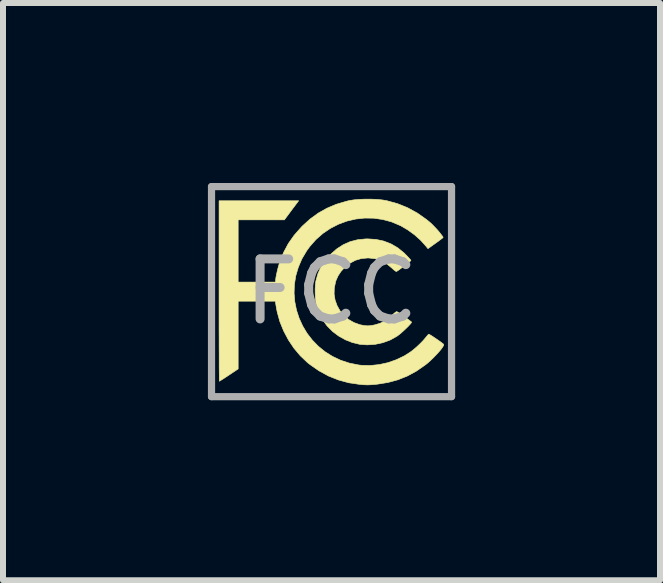
<source format=kicad_pcb>
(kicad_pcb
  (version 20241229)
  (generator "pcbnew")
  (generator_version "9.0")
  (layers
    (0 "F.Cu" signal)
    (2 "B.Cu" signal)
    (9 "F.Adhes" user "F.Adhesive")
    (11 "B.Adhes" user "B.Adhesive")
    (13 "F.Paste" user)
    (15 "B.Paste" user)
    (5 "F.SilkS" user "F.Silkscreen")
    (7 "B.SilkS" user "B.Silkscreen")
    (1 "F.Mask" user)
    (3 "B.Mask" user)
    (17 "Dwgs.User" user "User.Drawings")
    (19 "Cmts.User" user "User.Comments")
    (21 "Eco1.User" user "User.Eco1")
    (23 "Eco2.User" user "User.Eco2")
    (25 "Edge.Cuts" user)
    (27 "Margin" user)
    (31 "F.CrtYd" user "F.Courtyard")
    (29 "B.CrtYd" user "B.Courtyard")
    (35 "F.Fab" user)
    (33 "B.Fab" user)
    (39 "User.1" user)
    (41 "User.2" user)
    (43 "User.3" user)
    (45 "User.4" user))
  (footprint "FCC"
    (layer "F.Cu")
    (at 2.475 1.81)
    (property "Reference" "FCC" (at 0 0 0) (layer "Eco2.User") (effects (font (size 1.524 1.524) (thickness 0.3))))
    (attr through_hole)
    (fp_poly (pts (xy 0.741 -0.87) (xy 0.871 -0.842) (xy 0.992 -0.795) (xy 1.105 -0.729) (xy 1.21 -0.643) (xy 1.236 -0.617) (xy 1.27 -0.582) (xy 1.298 -0.552) (xy 1.317 -0.53) (xy 1.323 -0.52) (xy 1.316 -0.511) (xy 1.294 -0.493) (xy 1.263 -0.468) (xy 1.225 -0.439) (xy 1.186 -0.408) (xy 1.147 -0.38) (xy 1.113 -0.355) (xy 1.087 -0.338) (xy 1.084 -0.336) (xy 1.071 -0.339) (xy 1.047 -0.356) (xy 1.016 -0.383) (xy 1.004 -0.394) (xy 0.918 -0.466) (xy 0.825 -0.517) (xy 0.725 -0.549) (xy 0.617 -0.561) (xy 0.602 -0.561) (xy 0.496 -0.551) (xy 0.397 -0.522) (xy 0.304 -0.472) (xy 0.22 -0.404) (xy 0.157 -0.336) (xy 0.11 -0.265) (xy 0.074 -0.184) (xy 0.068 -0.164) (xy 0.046 -0.061) (xy 0.043 0.041) (xy 0.059 0.14) (xy 0.093 0.234) (xy 0.142 0.321) (xy 0.206 0.398) (xy 0.283 0.464) (xy 0.372 0.515) (xy 0.471 0.551) (xy 0.495 0.556) (xy 0.554 0.567) (xy 0.603 0.57) (xy 0.652 0.567) (xy 0.711 0.556) (xy 0.714 0.556) (xy 0.808 0.528) (xy 0.891 0.488) (xy 0.969 0.43) (xy 0.998 0.403) (xy 1.031 0.372) (xy 1.06 0.348) (xy 1.08 0.335) (xy 1.087 0.333) (xy 1.103 0.341) (xy 1.13 0.359) (xy 1.165 0.383) (xy 1.205 0.411) (xy 1.245 0.44) (xy 1.282 0.466) (xy 1.311 0.489) (xy 1.33 0.504) (xy 1.334 0.509) (xy 1.327 0.523) (xy 1.306 0.548) (xy 1.276 0.58) (xy 1.239 0.616) (xy 1.199 0.654) (xy 1.16 0.689) (xy 1.123 0.719) (xy 1.095 0.74) (xy 0.982 0.804) (xy 0.858 0.85) (xy 0.729 0.878) (xy 0.595 0.887) (xy 0.471 0.878) (xy 0.352 0.85) (xy 0.234 0.804) (xy 0.122 0.742) (xy 0.02 0.666) (xy -0.068 0.578) (xy -0.084 0.558) (xy -0.124 0.502) (xy -0.165 0.433) (xy -0.202 0.36) (xy -0.232 0.289) (xy -0.249 0.238) (xy -0.26 0.184) (xy -0.268 0.115) (xy -0.272 0.039) (xy -0.273 -0.038) (xy -0.27 -0.109) (xy -0.263 -0.167) (xy -0.261 -0.176) (xy -0.227 -0.299) (xy -0.177 -0.411) (xy -0.109 -0.515) (xy -0.023 -0.614) (xy -0.017 -0.62) (xy 0.086 -0.711) (xy 0.194 -0.781) (xy 0.308 -0.832) (xy 0.431 -0.864) (xy 0.564 -0.878) (xy 0.601 -0.879) (xy 0.741 -0.87)) (stroke (width 0.01) (type solid)) (fill yes) (layer "F.SilkS"))
    (fp_poly (pts (xy 0.658 -1.541) (xy 0.756 -1.537) (xy 0.846 -1.528) (xy 0.918 -1.516) (xy 1.097 -1.467) (xy 1.266 -1.399) (xy 1.427 -1.311) (xy 1.579 -1.204) (xy 1.651 -1.145) (xy 1.682 -1.115) (xy 1.717 -1.079) (xy 1.754 -1.04) (xy 1.789 -1) (xy 1.819 -0.962) (xy 1.843 -0.931) (xy 1.857 -0.91) (xy 1.859 -0.901) (xy 1.849 -0.893) (xy 1.825 -0.874) (xy 1.79 -0.848) (xy 1.748 -0.817) (xy 1.731 -0.805) (xy 1.607 -0.716) (xy 1.569 -0.763) (xy 1.483 -0.858) (xy 1.382 -0.948) (xy 1.27 -1.029) (xy 1.155 -1.097) (xy 1.146 -1.101) (xy 1.002 -1.162) (xy 0.854 -1.202) (xy 0.704 -1.224) (xy 0.553 -1.226) (xy 0.404 -1.21) (xy 0.258 -1.176) (xy 0.117 -1.124) (xy -0.018 -1.055) (xy -0.144 -0.97) (xy -0.26 -0.868) (xy -0.363 -0.751) (xy -0.413 -0.682) (xy -0.494 -0.546) (xy -0.554 -0.405) (xy -0.596 -0.262) (xy -0.619 -0.118) (xy -0.624 0.027) (xy -0.612 0.169) (xy -0.584 0.308) (xy -0.54 0.443) (xy -0.481 0.572) (xy -0.408 0.694) (xy -0.321 0.807) (xy -0.221 0.91) (xy -0.109 1.001) (xy 0.015 1.079) (xy 0.15 1.143) (xy 0.295 1.191) (xy 0.449 1.222) (xy 0.502 1.228) (xy 0.646 1.231) (xy 0.793 1.216) (xy 0.94 1.184) (xy 1.082 1.134) (xy 1.215 1.07) (xy 1.311 1.009) (xy 1.365 0.968) (xy 1.423 0.918) (xy 1.48 0.864) (xy 1.531 0.811) (xy 1.57 0.765) (xy 1.574 0.76) (xy 1.596 0.733) (xy 1.613 0.714) (xy 1.622 0.709) (xy 1.634 0.715) (xy 1.66 0.731) (xy 1.694 0.753) (xy 1.734 0.78) (xy 1.775 0.808) (xy 1.813 0.835) (xy 1.844 0.858) (xy 1.864 0.874) (xy 1.869 0.88) (xy 1.868 0.896) (xy 1.852 0.923) (xy 1.826 0.96) (xy 1.79 1.003) (xy 1.747 1.05) (xy 1.7 1.099) (xy 1.65 1.147) (xy 1.601 1.191) (xy 1.562 1.222) (xy 1.415 1.324) (xy 1.264 1.406) (xy 1.107 1.469) (xy 0.941 1.514) (xy 0.764 1.542) (xy 0.729 1.546) (xy 0.674 1.55) (xy 0.634 1.553) (xy 0.6 1.554) (xy 0.567 1.553) (xy 0.527 1.551) (xy 0.474 1.546) (xy 0.464 1.545) (xy 0.287 1.519) (xy 0.115 1.472) (xy -0.051 1.406) (xy -0.21 1.319) (xy -0.362 1.213) (xy -0.403 1.18) (xy -0.52 1.069) (xy -0.626 0.943) (xy -0.719 0.804) (xy -0.798 0.655) (xy -0.861 0.5) (xy -0.905 0.341) (xy -0.919 0.27) (xy -0.937 0.159) (xy -1.247 0.159) (xy -1.556 0.159) (xy -1.556 1.288) (xy -1.71 1.391) (xy -1.76 1.424) (xy -1.804 1.453) (xy -1.839 1.475) (xy -1.861 1.489) (xy -1.869 1.493) (xy -1.869 1.482) (xy -1.87 1.452) (xy -1.87 1.403) (xy -1.871 1.336) (xy -1.872 1.253) (xy -1.872 1.155) (xy -1.872 1.042) (xy -1.873 0.917) (xy -1.873 0.78) (xy -1.874 0.632) (xy -1.874 0.476) (xy -1.874 0.311) (xy -1.874 0.139) (xy -1.874 -0.011) (xy -1.874 -1.514) (xy -0.548 -1.514) (xy -0.574 -1.48) (xy -0.59 -1.459) (xy -0.615 -1.425) (xy -0.647 -1.383) (xy -0.682 -1.336) (xy -0.693 -1.321) (xy -0.786 -1.196) (xy -1.556 -1.196) (xy -1.556 -0.159) (xy -0.932 -0.159) (xy -0.932 -0.188) (xy -0.929 -0.22) (xy -0.921 -0.266) (xy -0.909 -0.322) (xy -0.895 -0.382) (xy -0.879 -0.44) (xy -0.864 -0.491) (xy -0.863 -0.494) (xy -0.799 -0.653) (xy -0.72 -0.801) (xy -0.622 -0.94) (xy -0.505 -1.073) (xy -0.488 -1.091) (xy -0.358 -1.209) (xy -0.222 -1.308) (xy -0.078 -1.389) (xy 0.077 -1.455) (xy 0.246 -1.505) (xy 0.295 -1.517) (xy 0.369 -1.529) (xy 0.458 -1.537) (xy 0.556 -1.541) (xy 0.658 -1.541)) (stroke (width 0.01) (type solid)) (fill yes) (layer "F.SilkS"))
    (fp_line (start -2 -1.75) (end -2 1.75) (stroke (width 0.12) (type solid)) (layer "F.Fab"))
    (fp_line (start -2 1.75) (end 2 1.75) (stroke (width 0.12) (type solid)) (layer "F.Fab"))
    (fp_line (start 2 -1.75) (end -2 -1.75) (stroke (width 0.12) (type solid)) (layer "F.Fab"))
    (fp_line (start 2 1.75) (end 2 -1.75) (stroke (width 0.12) (type solid)) (layer "F.Fab"))
    (fp_text user "FCC" (at 0 0 0) (layer "F.Fab") (effects (font (size 1 1) (thickness 0.15)))))
  (gr_rect
    (start -3 -3)
    (end 7.949 6.62)
    (stroke (width 0.1) (type default))
    (fill no)
    (layer "Edge.Cuts")))
</source>
